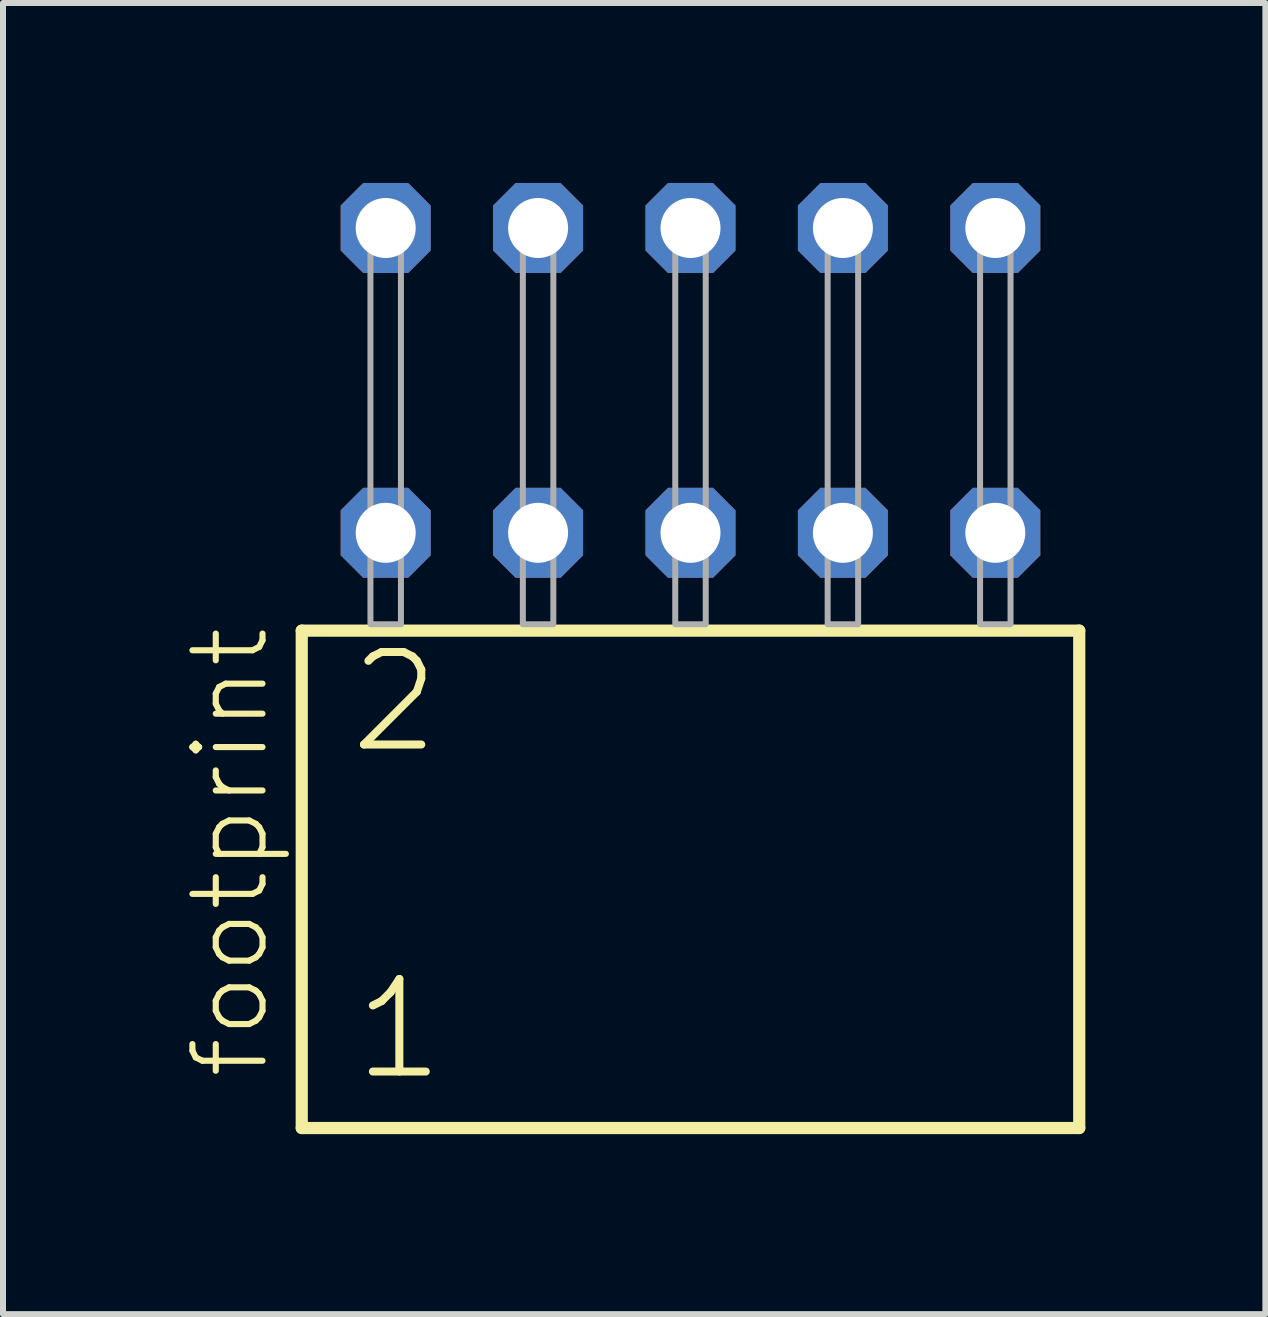
<source format=kicad_pcb>
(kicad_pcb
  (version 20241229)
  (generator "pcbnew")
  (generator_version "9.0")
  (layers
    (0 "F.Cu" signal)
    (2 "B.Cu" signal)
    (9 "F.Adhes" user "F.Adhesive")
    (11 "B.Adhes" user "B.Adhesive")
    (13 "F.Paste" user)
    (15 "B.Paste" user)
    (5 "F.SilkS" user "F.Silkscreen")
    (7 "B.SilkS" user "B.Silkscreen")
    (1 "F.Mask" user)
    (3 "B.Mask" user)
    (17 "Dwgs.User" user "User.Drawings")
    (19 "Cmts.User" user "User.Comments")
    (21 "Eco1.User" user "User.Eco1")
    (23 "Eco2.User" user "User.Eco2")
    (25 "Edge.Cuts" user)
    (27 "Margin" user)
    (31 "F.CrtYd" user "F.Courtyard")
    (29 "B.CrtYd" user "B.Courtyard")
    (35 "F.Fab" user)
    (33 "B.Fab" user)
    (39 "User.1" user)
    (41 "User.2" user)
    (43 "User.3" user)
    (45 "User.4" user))
  (footprint "footprint"
    (layer "F.Cu")
    (at 8.458 7.354)
    (property "Reference" "footprint" (at -6.985 7.62 90) (layer "F.SilkS") (effects (font (size 1.168 1.168) (thickness 0.102)) (justify left bottom)))
    (fp_line (start -6.479 0.106) (end -6.479 8.396) (stroke (width 0.203) (type solid)) (layer "F.SilkS"))
    (fp_line (start -6.479 8.396) (end 6.479 8.396) (stroke (width 0.203) (type solid)) (layer "F.SilkS"))
    (fp_line (start 6.479 0.106) (end -6.479 0.106) (stroke (width 0.203) (type solid)) (layer "F.SilkS"))
    (fp_line (start 6.479 8.396) (end 6.479 0.106) (stroke (width 0.203) (type solid)) (layer "F.SilkS"))
    (fp_poly (pts (xy -5.334 0) (xy -4.826 0) (xy -4.826 -6.858) (xy -5.334 -6.858)) (stroke (width 0.1) (type solid)) (fill no) (layer "F.Fab"))
    (fp_poly (pts (xy -2.794 0) (xy -2.286 0) (xy -2.286 -6.858) (xy -2.794 -6.858)) (stroke (width 0.1) (type solid)) (fill no) (layer "F.Fab"))
    (fp_poly (pts (xy -0.254 0) (xy 0.254 0) (xy 0.254 -6.858) (xy -0.254 -6.858)) (stroke (width 0.1) (type solid)) (fill no) (layer "F.Fab"))
    (fp_poly (pts (xy 2.286 0) (xy 2.794 0) (xy 2.794 -6.858) (xy 2.286 -6.858)) (stroke (width 0.1) (type solid)) (fill no) (layer "F.Fab"))
    (fp_poly (pts (xy 4.826 0) (xy 5.334 0) (xy 5.334 -6.858) (xy 4.826 -6.858)) (stroke (width 0.1) (type solid)) (fill no) (layer "F.Fab"))
    (fp_text user "2" (at -5.75 2.2 0) (layer "F.SilkS") (effects (font (size 1.542 1.542) (thickness 0.134)) (justify left bottom)))
    (fp_text user "1" (at -5.675 7.65 0) (layer "F.SilkS") (effects (font (size 1.542 1.542) (thickness 0.134)) (justify left bottom)))
    (pad "1" thru_hole roundrect (at -5.08 -1.524) (size 1.5 1.5) (drill 1) (layers "*.Cu" "*.Mask") (roundrect_rratio 0.25) (chamfer_ratio 0.25) (chamfer top_left top_right bottom_left bottom_right))
    (pad "2" thru_hole roundrect (at -5.08 -6.604) (size 1.5 1.5) (drill 1) (layers "*.Cu" "*.Mask") (roundrect_rratio 0.25) (chamfer_ratio 0.25) (chamfer top_left top_right bottom_left bottom_right))
    (pad "3" thru_hole roundrect (at -2.54 -1.524) (size 1.5 1.5) (drill 1) (layers "*.Cu" "*.Mask") (roundrect_rratio 0.25) (chamfer_ratio 0.25) (chamfer top_left top_right bottom_left bottom_right))
    (pad "4" thru_hole roundrect (at -2.54 -6.604) (size 1.5 1.5) (drill 1) (layers "*.Cu" "*.Mask") (roundrect_rratio 0.25) (chamfer_ratio 0.25) (chamfer top_left top_right bottom_left bottom_right))
    (pad "5" thru_hole roundrect (at 0 -1.524) (size 1.5 1.5) (drill 1) (layers "*.Cu" "*.Mask") (roundrect_rratio 0.25) (chamfer_ratio 0.25) (chamfer top_left top_right bottom_left bottom_right))
    (pad "6" thru_hole roundrect (at 0 -6.604) (size 1.5 1.5) (drill 1) (layers "*.Cu" "*.Mask") (roundrect_rratio 0.25) (chamfer_ratio 0.25) (chamfer top_left top_right bottom_left bottom_right))
    (pad "7" thru_hole roundrect (at 2.54 -1.524) (size 1.5 1.5) (drill 1) (layers "*.Cu" "*.Mask") (roundrect_rratio 0.25) (chamfer_ratio 0.25) (chamfer top_left top_right bottom_left bottom_right))
    (pad "8" thru_hole roundrect (at 2.54 -6.604) (size 1.5 1.5) (drill 1) (layers "*.Cu" "*.Mask") (roundrect_rratio 0.25) (chamfer_ratio 0.25) (chamfer top_left top_right bottom_left bottom_right))
    (pad "9" thru_hole roundrect (at 5.08 -1.524) (size 1.5 1.5) (drill 1) (layers "*.Cu" "*.Mask") (roundrect_rratio 0.25) (chamfer_ratio 0.25) (chamfer top_left top_right bottom_left bottom_right))
    (pad "10" thru_hole roundrect (at 5.08 -6.604) (size 1.5 1.5) (drill 1) (layers "*.Cu" "*.Mask") (roundrect_rratio 0.25) (chamfer_ratio 0.25) (chamfer top_left top_right bottom_left bottom_right)))
  (gr_rect
    (start -3 -3)
    (end 18.039 18.852)
    (stroke (width 0.1) (type default))
    (fill no)
    (layer "Edge.Cuts")))
</source>
